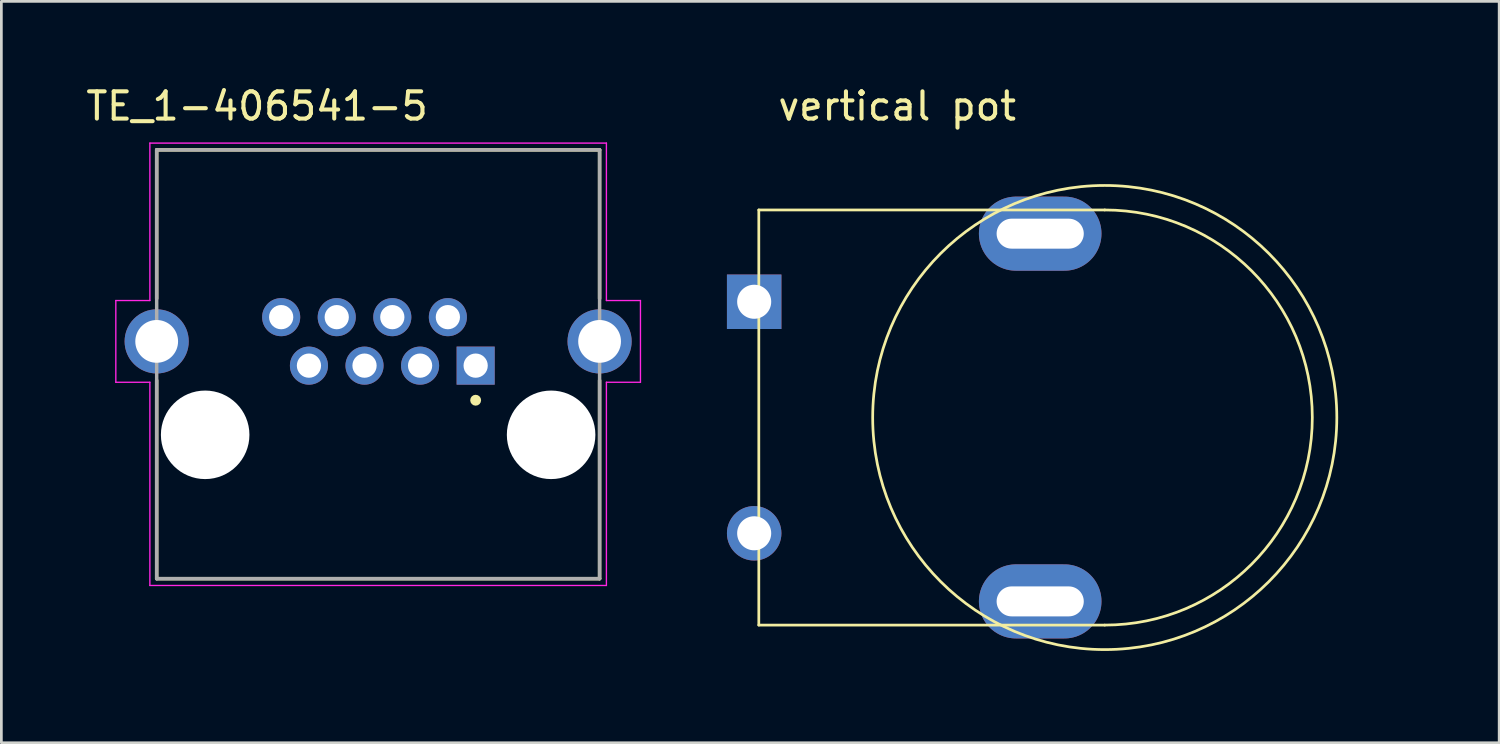
<source format=kicad_pcb>
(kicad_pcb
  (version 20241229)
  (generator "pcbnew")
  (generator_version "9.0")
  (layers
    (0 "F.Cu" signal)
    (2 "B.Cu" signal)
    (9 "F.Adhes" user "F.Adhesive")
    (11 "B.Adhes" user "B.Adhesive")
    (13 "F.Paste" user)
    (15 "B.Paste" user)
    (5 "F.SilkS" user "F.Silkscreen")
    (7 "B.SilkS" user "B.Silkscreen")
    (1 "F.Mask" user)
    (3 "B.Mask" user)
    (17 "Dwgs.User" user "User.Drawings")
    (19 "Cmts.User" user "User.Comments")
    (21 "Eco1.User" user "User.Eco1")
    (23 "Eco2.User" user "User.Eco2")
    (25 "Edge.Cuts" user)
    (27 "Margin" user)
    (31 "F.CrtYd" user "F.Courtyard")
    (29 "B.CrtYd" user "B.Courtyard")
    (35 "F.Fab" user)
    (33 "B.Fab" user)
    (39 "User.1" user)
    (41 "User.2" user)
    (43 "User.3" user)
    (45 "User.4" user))
  (footprint "TE_1-406541-5"
    (layer "F.Cu")
    (at 14.412 10.373)
    (property "Reference" "TE_1-406541-5" (at -8.025 -9.525 0) (layer "F.SilkS") (effects (font (size 1 1) (thickness 0.15))))
    (attr through_hole)
    (fp_line (start -11.71 -7.92) (end 4.55 -7.92) (stroke (width 0.127) (type solid)) (layer "F.SilkS"))
    (fp_line (start -11.71 -2.46) (end -11.71 -7.92) (stroke (width 0.127) (type solid)) (layer "F.SilkS"))
    (fp_line (start -11.71 0.54) (end -11.71 7.82) (stroke (width 0.127) (type solid)) (layer "F.SilkS"))
    (fp_line (start -11.71 7.82) (end 4.55 7.82) (stroke (width 0.127) (type solid)) (layer "F.SilkS"))
    (fp_line (start 4.55 -7.92) (end 4.55 -2.46) (stroke (width 0.127) (type solid)) (layer "F.SilkS"))
    (fp_line (start 4.55 7.82) (end 4.55 0.54) (stroke (width 0.127) (type solid)) (layer "F.SilkS"))
    (fp_circle (center 0 1.27) (end 0.1 1.27) (stroke (width 0.2) (type solid)) (fill no) (layer "F.SilkS"))
    (fp_line (start -13.21 -2.39) (end -13.21 0.61) (stroke (width 0.05) (type solid)) (layer "F.CrtYd"))
    (fp_line (start -13.21 0.61) (end -11.96 0.61) (stroke (width 0.05) (type solid)) (layer "F.CrtYd"))
    (fp_line (start -11.96 -8.17) (end -11.96 -2.39) (stroke (width 0.05) (type solid)) (layer "F.CrtYd"))
    (fp_line (start -11.96 -2.39) (end -13.21 -2.39) (stroke (width 0.05) (type solid)) (layer "F.CrtYd"))
    (fp_line (start -11.96 0.61) (end -11.96 8.07) (stroke (width 0.05) (type solid)) (layer "F.CrtYd"))
    (fp_line (start -11.96 8.07) (end 4.8 8.07) (stroke (width 0.05) (type solid)) (layer "F.CrtYd"))
    (fp_line (start 4.8 -8.17) (end -11.96 -8.17) (stroke (width 0.05) (type solid)) (layer "F.CrtYd"))
    (fp_line (start 4.8 -2.39) (end 4.8 -8.17) (stroke (width 0.05) (type solid)) (layer "F.CrtYd"))
    (fp_line (start 4.8 0.61) (end 6.05 0.61) (stroke (width 0.05) (type solid)) (layer "F.CrtYd"))
    (fp_line (start 4.8 8.07) (end 4.8 0.61) (stroke (width 0.05) (type solid)) (layer "F.CrtYd"))
    (fp_line (start 6.05 -2.39) (end 4.8 -2.39) (stroke (width 0.05) (type solid)) (layer "F.CrtYd"))
    (fp_line (start 6.05 0.61) (end 6.05 -2.39) (stroke (width 0.05) (type solid)) (layer "F.CrtYd"))
    (fp_line (start -11.71 -7.92) (end -11.71 7.82) (stroke (width 0.127) (type solid)) (layer "F.Fab"))
    (fp_line (start -11.71 7.82) (end 4.55 7.82) (stroke (width 0.127) (type solid)) (layer "F.Fab"))
    (fp_line (start 4.55 -7.92) (end -11.71 -7.92) (stroke (width 0.127) (type solid)) (layer "F.Fab"))
    (fp_line (start 4.55 7.82) (end 4.55 -7.92) (stroke (width 0.127) (type solid)) (layer "F.Fab"))
    (pad "" np_thru_hole circle (at -9.93 2.54) (size 3.25 3.25) (drill 3.25) (layers "*.Cu" "*.Mask"))
    (pad "" np_thru_hole circle (at 2.77 2.54) (size 3.25 3.25) (drill 3.25) (layers "*.Cu" "*.Mask"))
    (pad "1" thru_hole rect (at 0 0) (size 1.398 1.398) (drill 0.89) (layers "*.Cu" "*.Mask"))
    (pad "2" thru_hole circle (at -1.02 -1.78) (size 1.398 1.398) (drill 0.89) (layers "*.Cu" "*.Mask"))
    (pad "3" thru_hole circle (at -2.04 0) (size 1.398 1.398) (drill 0.89) (layers "*.Cu" "*.Mask"))
    (pad "4" thru_hole circle (at -3.06 -1.78) (size 1.398 1.398) (drill 0.89) (layers "*.Cu" "*.Mask"))
    (pad "5" thru_hole circle (at -4.08 0) (size 1.398 1.398) (drill 0.89) (layers "*.Cu" "*.Mask"))
    (pad "6" thru_hole circle (at -5.1 -1.78) (size 1.398 1.398) (drill 0.89) (layers "*.Cu" "*.Mask"))
    (pad "7" thru_hole circle (at -6.12 0) (size 1.398 1.398) (drill 0.89) (layers "*.Cu" "*.Mask"))
    (pad "8" thru_hole circle (at -7.14 -1.78) (size 1.398 1.398) (drill 0.89) (layers "*.Cu" "*.Mask"))
    (pad "S1" thru_hole circle (at 4.55 -0.89) (size 2.355 2.355) (drill 1.57) (layers "*.Cu" "*.Mask"))
    (pad "S2" thru_hole circle (at -11.71 -0.89) (size 2.355 2.355) (drill 1.57) (layers "*.Cu" "*.Mask")))
  (footprint "vertical pot"
    (layer "F.Cu")
    (at 29.887 12.278)
    (property "Reference" "vertical pot" (at 0 -11.43 180) (layer "F.SilkS") (effects (font (size 1 1) (thickness 0.15))))
    (attr through_hole)
    (fp_line (start -5.08 7.62) (end -5.08 -7.62) (stroke (width 0.1) (type default)) (layer "F.SilkS"))
    (fp_line (start -5.08 7.62) (end 7.62 7.62) (stroke (width 0.1) (type default)) (layer "F.SilkS"))
    (fp_line (start 7.62 -7.62) (end -5.08 -7.62) (stroke (width 0.1) (type default)) (layer "F.SilkS"))
    (fp_arc (start 7.62 -7.62) (mid 15.24 0) (end 7.62 7.62) (stroke (width 0.1) (type default)) (layer "F.SilkS"))
    (fp_circle (center 7.62 0) (end 11.43 -7.62) (stroke (width 0.1) (type default)) (fill no) (layer "F.SilkS"))
    (fp_line (start -6.35 -8.89) (end -6.35 8.89) (stroke (width 0.1) (type default)) (layer "Margin"))
    (fp_line (start -6.35 -8.89) (end 10.16 -8.89) (stroke (width 0.1) (type default)) (layer "Margin"))
    (fp_line (start -6.35 8.89) (end 10.16 8.89) (stroke (width 0.1) (type default)) (layer "Margin"))
    (fp_arc (start 10.16 -8.89) (mid 19.05 0) (end 10.16 8.89) (stroke (width 0.1) (type default)) (layer "Margin"))
    (pad "1" thru_hole rect (at -5.25 -4.25 90) (size 2 2) (drill 1.25) (layers "*.Cu" "*.Mask"))
    (pad "2" thru_hole oval (at 5.25 -6.75 90) (size 2.72 4.5) (drill oval 1.1 3.2) (layers "*.Cu" "*.Mask"))
    (pad "2" thru_hole oval (at 5.25 6.75 90) (size 2.72 4.5) (drill oval 1.1 3.2) (layers "*.Cu" "*.Mask"))
    (pad "3" thru_hole circle (at -5.25 4.25 90) (size 2 2) (drill 1.25) (layers "*.Cu" "*.Mask")))
  (gr_rect
    (start -3 -3)
    (end 51.987 24.218)
    (stroke (width 0.1) (type default))
    (fill no)
    (layer "Edge.Cuts")))
</source>
